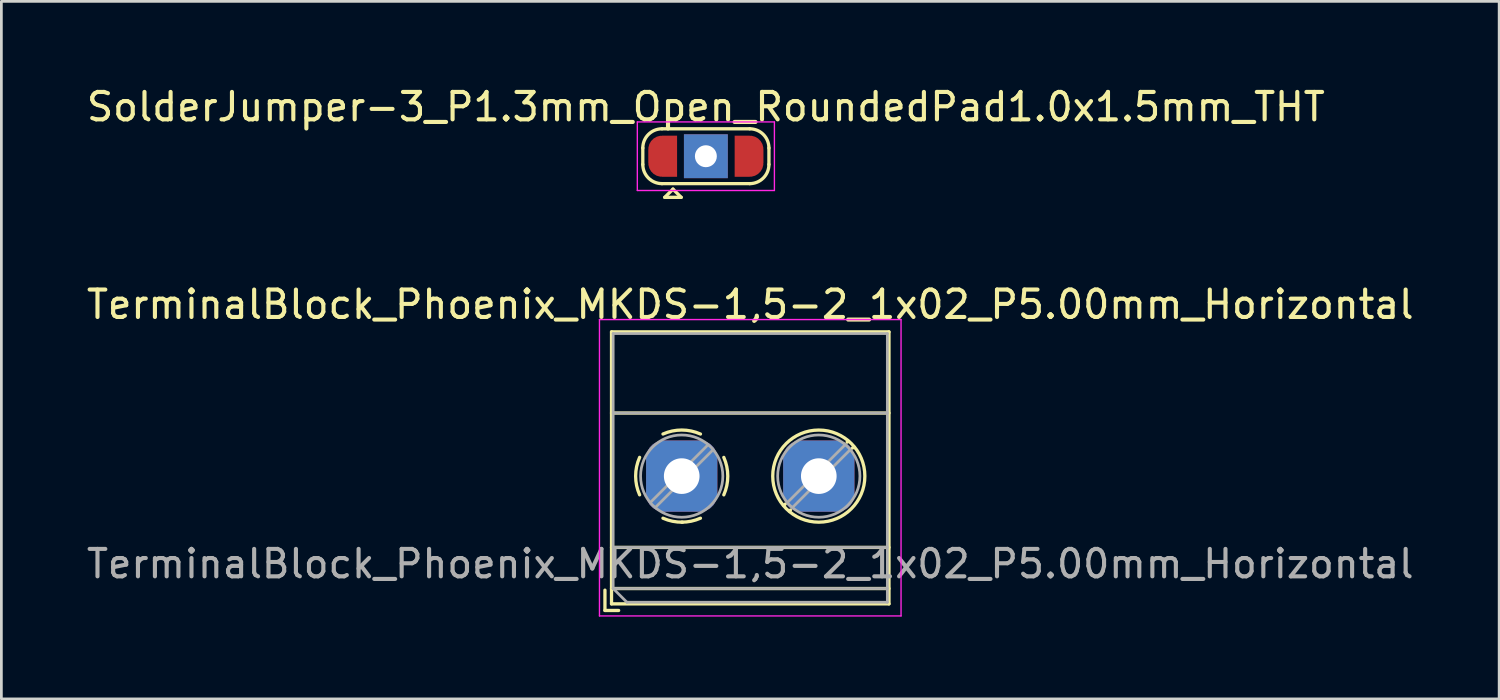
<source format=kicad_pcb>
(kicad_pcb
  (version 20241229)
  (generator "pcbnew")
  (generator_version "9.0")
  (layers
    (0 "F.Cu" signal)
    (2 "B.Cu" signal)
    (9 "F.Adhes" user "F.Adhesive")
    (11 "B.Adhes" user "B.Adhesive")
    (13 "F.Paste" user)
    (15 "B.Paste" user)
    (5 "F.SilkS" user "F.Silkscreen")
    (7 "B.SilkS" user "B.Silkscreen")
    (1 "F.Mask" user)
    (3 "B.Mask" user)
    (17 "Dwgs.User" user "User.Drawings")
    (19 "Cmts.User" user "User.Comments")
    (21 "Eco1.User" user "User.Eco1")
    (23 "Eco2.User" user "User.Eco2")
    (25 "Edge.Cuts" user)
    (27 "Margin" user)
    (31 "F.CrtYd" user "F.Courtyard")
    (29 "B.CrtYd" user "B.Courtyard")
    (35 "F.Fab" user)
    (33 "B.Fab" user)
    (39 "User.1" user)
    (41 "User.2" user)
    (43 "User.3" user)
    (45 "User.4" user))
  (footprint "SolderJumper-3_P1.3mm_Open_RoundedPad1.0x1.5mm_THT"
    (layer "F.Cu")
    (at 22.696 2.648)
    (property "Reference" "SolderJumper-3_P1.3mm_Open_RoundedPad1.0x1.5mm_THT" (at 0 -1.8 0) (layer "F.SilkS") (effects (font (size 1 1) (thickness 0.15))))
    (attr exclude_from_pos_files exclude_from_bom)
    (fp_line (start -2.3 0.3) (end -2.3 -0.3) (stroke (width 0.12) (type solid)) (layer "F.SilkS"))
    (fp_line (start -1.6 -1) (end 1.6 -1) (stroke (width 0.12) (type solid)) (layer "F.SilkS"))
    (fp_line (start -1.5 1.5) (end -0.9 1.5) (stroke (width 0.12) (type solid)) (layer "F.SilkS"))
    (fp_line (start -1.2 1.2) (end -1.5 1.5) (stroke (width 0.12) (type solid)) (layer "F.SilkS"))
    (fp_line (start -1.2 1.2) (end -0.9 1.5) (stroke (width 0.12) (type solid)) (layer "F.SilkS"))
    (fp_line (start 1.6 1) (end -1.6 1) (stroke (width 0.12) (type solid)) (layer "F.SilkS"))
    (fp_line (start 2.3 -0.3) (end 2.3 0.3) (stroke (width 0.12) (type solid)) (layer "F.SilkS"))
    (fp_arc (start -2.3 -0.3) (mid -2.094975 -0.794975) (end -1.6 -1) (stroke (width 0.12) (type solid)) (layer "F.SilkS"))
    (fp_arc (start -1.6 1) (mid -2.094975 0.794975) (end -2.3 0.3) (stroke (width 0.12) (type solid)) (layer "F.SilkS"))
    (fp_arc (start 1.6 -1) (mid 2.094975 -0.794975) (end 2.3 -0.3) (stroke (width 0.12) (type solid)) (layer "F.SilkS"))
    (fp_arc (start 2.3 0.3) (mid 2.094975 0.794975) (end 1.6 1) (stroke (width 0.12) (type solid)) (layer "F.SilkS"))
    (fp_line (start -2.5 -1.25) (end -2.5 1.25) (stroke (width 0.05) (type solid)) (layer "F.CrtYd"))
    (fp_line (start -2.5 -1.25) (end 2.5 -1.25) (stroke (width 0.05) (type solid)) (layer "F.CrtYd"))
    (fp_line (start 2.5 1.25) (end -2.5 1.25) (stroke (width 0.05) (type solid)) (layer "F.CrtYd"))
    (fp_line (start 2.5 1.25) (end 2.5 -1.25) (stroke (width 0.05) (type solid)) (layer "F.CrtYd"))
    (pad "1" smd custom (at -1.6 0) (size 1 0.5) (layers "F.Cu" "F.Mask") (options (anchor rect)) (primitives (gr_circle (center 0 0.25) (end 0.5 0.25) (width 0) (fill yes)) (gr_circle (center 0 -0.25) (end 0.5 -0.25) (width 0) (fill yes)) (gr_poly (pts (xy 0.55 -0.75) (xy 0 -0.75) (xy 0 0.75) (xy 0.55 0.75)) (width 0) (fill yes))))
    (pad "2" thru_hole rect (at 0 0) (size 1.6 1.6) (drill 0.8) (layers "*.Cu" "*.Mask"))
    (pad "3" smd custom (at 1.6 0) (size 1 0.5) (layers "F.Cu" "F.Mask") (options (anchor rect)) (primitives (gr_circle (center 0 0.25) (end 0.5 0.25) (width 0) (fill yes)) (gr_circle (center 0 -0.25) (end 0.5 -0.25) (width 0) (fill yes)) (gr_poly (pts (xy -0.55 -0.75) (xy 0 -0.75) (xy 0 0.75) (xy -0.55 0.75)) (width 0) (fill yes)))))
  (footprint "TerminalBlock_Phoenix_MKDS-1,5-2_1x02_P5.00mm_Horizontal"
    (layer "F.Cu")
    (at 21.815 14.316)
    (property "Reference" "TerminalBlock_Phoenix_MKDS-1,5-2_1x02_P5.00mm_Horizontal" (at 2.5 -6.26 0) (layer "F.SilkS") (effects (font (size 1 1) (thickness 0.15))))
    (attr through_hole)
    (fp_line (start -2.8 4.16) (end -2.8 4.9) (stroke (width 0.12) (type solid)) (layer "F.SilkS"))
    (fp_line (start -2.8 4.9) (end -2.3 4.9) (stroke (width 0.12) (type solid)) (layer "F.SilkS"))
    (fp_line (start -2.56 -5.261) (end -2.56 4.66) (stroke (width 0.12) (type solid)) (layer "F.SilkS"))
    (fp_line (start -2.56 -5.261) (end 7.56 -5.261) (stroke (width 0.12) (type solid)) (layer "F.SilkS"))
    (fp_line (start -2.56 -2.301) (end 7.56 -2.301) (stroke (width 0.12) (type solid)) (layer "F.SilkS"))
    (fp_line (start -2.56 2.6) (end 7.56 2.6) (stroke (width 0.12) (type solid)) (layer "F.SilkS"))
    (fp_line (start -2.56 4.1) (end 7.56 4.1) (stroke (width 0.12) (type solid)) (layer "F.SilkS"))
    (fp_line (start -2.56 4.66) (end 7.56 4.66) (stroke (width 0.12) (type solid)) (layer "F.SilkS"))
    (fp_line (start 3.773 1.023) (end 3.726 1.069) (stroke (width 0.12) (type solid)) (layer "F.SilkS"))
    (fp_line (start 3.966 1.239) (end 3.931 1.274) (stroke (width 0.12) (type solid)) (layer "F.SilkS"))
    (fp_line (start 6.07 -1.275) (end 6.035 -1.239) (stroke (width 0.12) (type solid)) (layer "F.SilkS"))
    (fp_line (start 6.275 -1.069) (end 6.228 -1.023) (stroke (width 0.12) (type solid)) (layer "F.SilkS"))
    (fp_line (start 7.56 -5.261) (end 7.56 4.66) (stroke (width 0.12) (type solid)) (layer "F.SilkS"))
    (fp_arc (start -1.535427 0.683042) (mid -1.680501 -0.000524) (end -1.535 -0.684) (stroke (width 0.12) (type solid)) (layer "F.SilkS"))
    (fp_arc (start -0.683042 -1.535427) (mid 0.000524 -1.680501) (end 0.684 -1.535) (stroke (width 0.12) (type solid)) (layer "F.SilkS"))
    (fp_arc (start 0.028805 1.680253) (mid -0.335551 1.646659) (end -0.684 1.535) (stroke (width 0.12) (type solid)) (layer "F.SilkS"))
    (fp_arc (start 0.683318 1.534756) (mid 0.349292 1.643288) (end 0 1.68) (stroke (width 0.12) (type solid)) (layer "F.SilkS"))
    (fp_arc (start 1.535427 -0.683042) (mid 1.680501 0.000524) (end 1.535 0.684) (stroke (width 0.12) (type solid)) (layer "F.SilkS"))
    (fp_circle (center 5 0) (end 6.68 0) (stroke (width 0.12) (type solid)) (fill no) (layer "F.SilkS"))
    (fp_line (start -3 -5.71) (end -3 5.1) (stroke (width 0.05) (type solid)) (layer "F.CrtYd"))
    (fp_line (start -3 5.1) (end 8 5.1) (stroke (width 0.05) (type solid)) (layer "F.CrtYd"))
    (fp_line (start 8 -5.71) (end -3 -5.71) (stroke (width 0.05) (type solid)) (layer "F.CrtYd"))
    (fp_line (start 8 5.1) (end 8 -5.71) (stroke (width 0.05) (type solid)) (layer "F.CrtYd"))
    (fp_line (start -2.5 -5.2) (end 7.5 -5.2) (stroke (width 0.1) (type solid)) (layer "F.Fab"))
    (fp_line (start -2.5 -2.3) (end 7.5 -2.3) (stroke (width 0.1) (type solid)) (layer "F.Fab"))
    (fp_line (start -2.5 2.6) (end 7.5 2.6) (stroke (width 0.1) (type solid)) (layer "F.Fab"))
    (fp_line (start -2.5 4.1) (end -2.5 -5.2) (stroke (width 0.1) (type solid)) (layer "F.Fab"))
    (fp_line (start -2.5 4.1) (end 7.5 4.1) (stroke (width 0.1) (type solid)) (layer "F.Fab"))
    (fp_line (start -2 4.6) (end -2.5 4.1) (stroke (width 0.1) (type solid)) (layer "F.Fab"))
    (fp_line (start 0.955 -1.138) (end -1.138 0.955) (stroke (width 0.1) (type solid)) (layer "F.Fab"))
    (fp_line (start 1.138 -0.955) (end -0.955 1.138) (stroke (width 0.1) (type solid)) (layer "F.Fab"))
    (fp_line (start 5.955 -1.138) (end 3.863 0.955) (stroke (width 0.1) (type solid)) (layer "F.Fab"))
    (fp_line (start 6.138 -0.955) (end 4.046 1.138) (stroke (width 0.1) (type solid)) (layer "F.Fab"))
    (fp_line (start 7.5 -5.2) (end 7.5 4.6) (stroke (width 0.1) (type solid)) (layer "F.Fab"))
    (fp_line (start 7.5 4.6) (end -2 4.6) (stroke (width 0.1) (type solid)) (layer "F.Fab"))
    (fp_circle (center 0 0) (end 1.5 0) (stroke (width 0.1) (type solid)) (fill no) (layer "F.Fab"))
    (fp_circle (center 5 0) (end 6.5 0) (stroke (width 0.1) (type solid)) (fill no) (layer "F.Fab"))
    (fp_text user "${REFERENCE}" (at 2.5 3.2 0) (layer "F.Fab") (effects (font (size 1 1) (thickness 0.15))))
    (pad "1" thru_hole roundrect (at 0 0) (size 2.6 2.6) (drill 1.3) (layers "*.Cu" "*.Mask") (roundrect_rratio 0.25))
    (pad "2" thru_hole roundrect (at 5 0) (size 2.6 2.6) (drill 1.3) (layers "*.Cu" "*.Mask") (roundrect_rratio 0.25)))
  (gr_rect
    (start -3 -3)
    (end 51.631 22.442)
    (stroke (width 0.1) (type default))
    (fill no)
    (layer "Edge.Cuts")))
</source>
